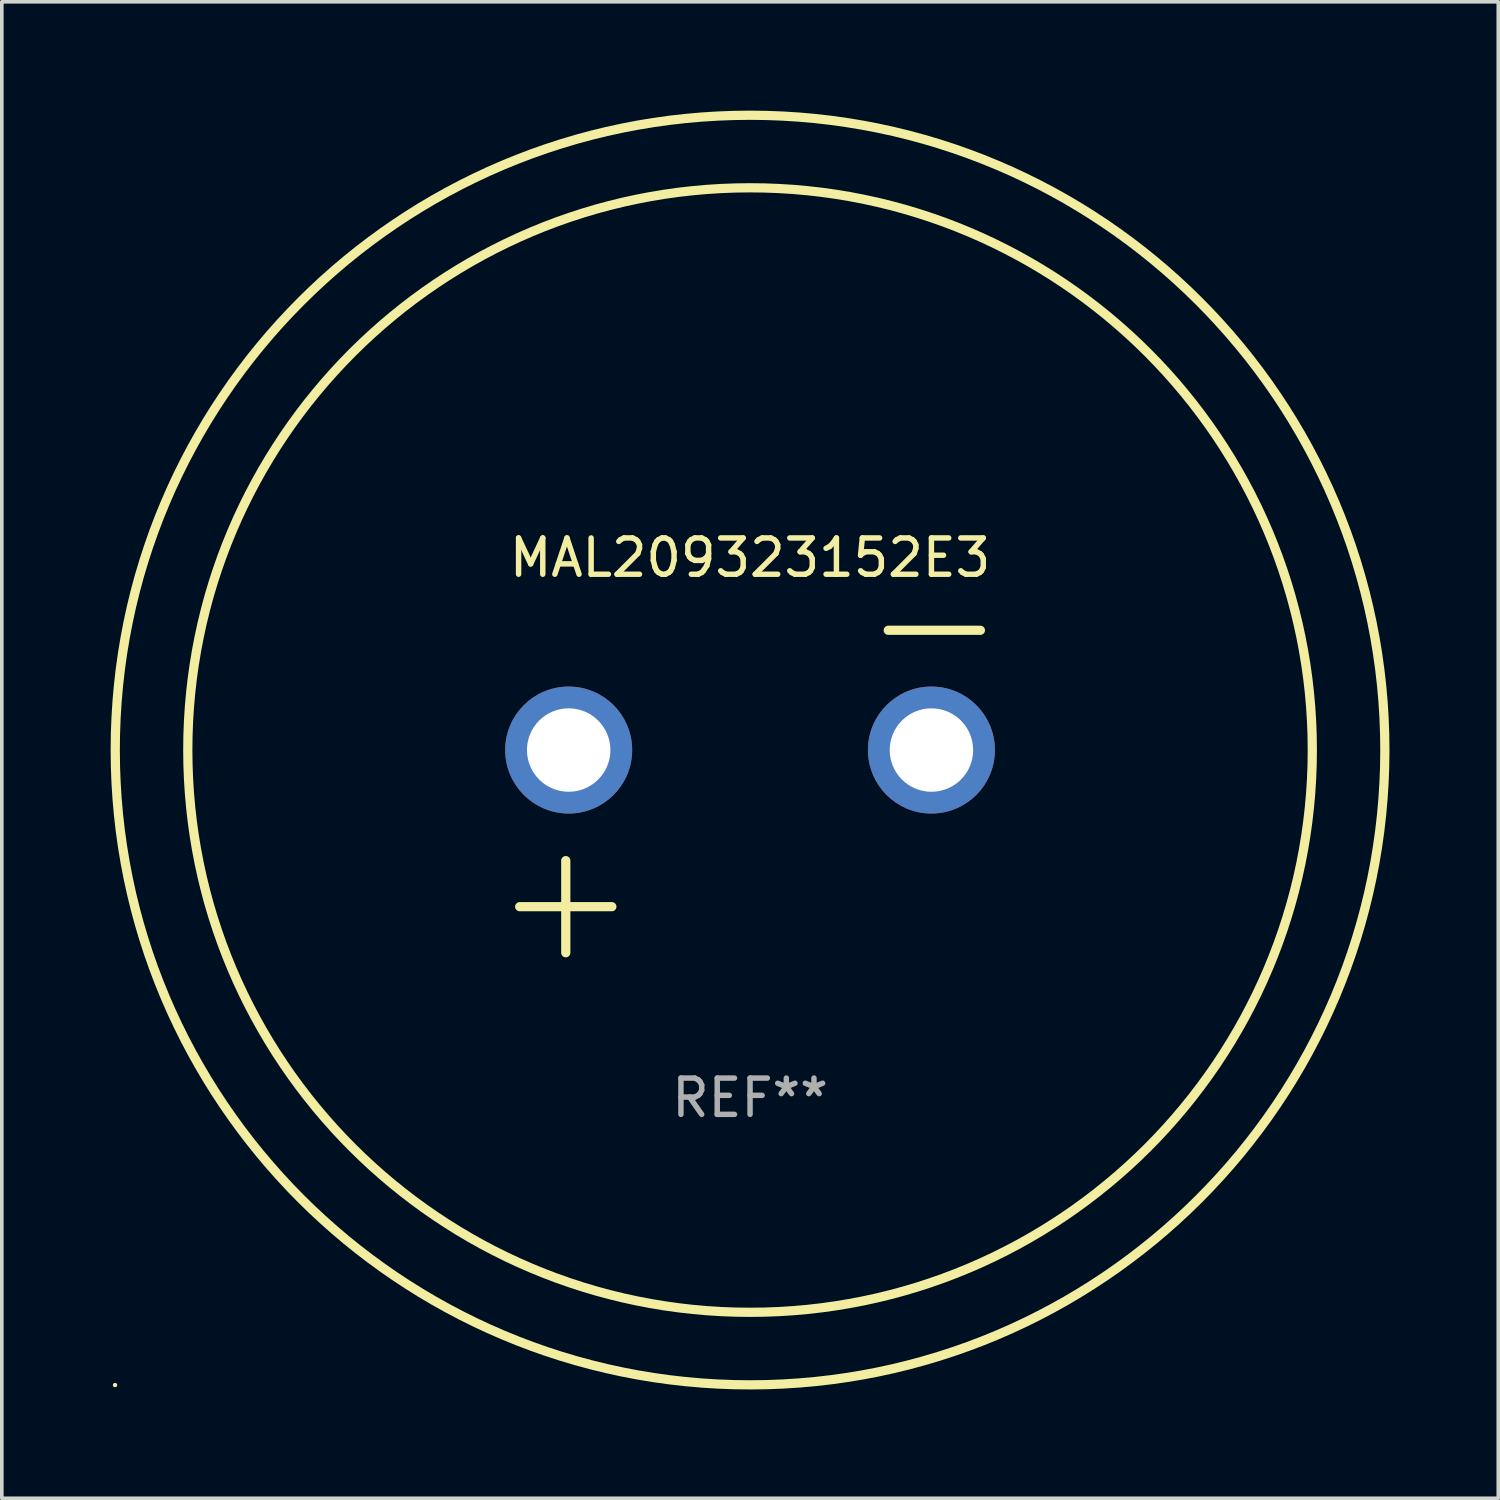
<source format=kicad_pcb>
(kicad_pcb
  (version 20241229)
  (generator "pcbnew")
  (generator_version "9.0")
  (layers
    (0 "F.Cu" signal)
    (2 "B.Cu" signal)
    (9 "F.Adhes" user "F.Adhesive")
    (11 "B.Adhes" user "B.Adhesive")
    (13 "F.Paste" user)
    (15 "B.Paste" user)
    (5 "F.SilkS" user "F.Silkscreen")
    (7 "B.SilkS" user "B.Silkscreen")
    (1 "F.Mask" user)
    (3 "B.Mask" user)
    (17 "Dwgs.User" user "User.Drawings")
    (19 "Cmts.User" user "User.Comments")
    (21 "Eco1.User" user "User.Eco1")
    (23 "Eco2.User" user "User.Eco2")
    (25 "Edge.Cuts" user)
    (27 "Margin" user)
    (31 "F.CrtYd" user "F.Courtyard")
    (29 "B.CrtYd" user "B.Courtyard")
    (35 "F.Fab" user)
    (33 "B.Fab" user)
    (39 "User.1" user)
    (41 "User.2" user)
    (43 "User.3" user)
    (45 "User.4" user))
  (footprint "MAL209323152E3"
    (layer "F.Cu")
    (at 17.627 18.77)
    (property "Reference" "MAL209323152E3" (at 0 -6.445 0) (layer "F.SilkS") (effects (font (size 1 1) (thickness 0.15))))
    (attr through_hole)
    (fp_line (start -6.35 3.175) (end -3.81 3.175) (stroke (width 0.254) (type solid)) (layer "F.SilkS"))
    (fp_line (start -5.08 1.905) (end -5.08 4.445) (stroke (width 0.254) (type solid)) (layer "F.SilkS"))
    (fp_line (start 3.81 -4.445) (end 6.35 -4.445) (stroke (width 0.254) (type solid)) (layer "F.SilkS"))
    (fp_circle (center -17.505 16.362) (end -17.475 16.362) (stroke (width 0.06) (type solid)) (fill no) (layer "F.SilkS"))
    (fp_circle (center 0 -1.143) (end 15.5 -1.143) (stroke (width 0.254) (type solid)) (fill no) (layer "F.SilkS"))
    (fp_circle (center 0 -1.143) (end 17.5 -1.143) (stroke (width 0.254) (type solid)) (fill no) (layer "F.SilkS"))
    (fp_text user "REF**" (at 0 8.445 0) (layer "F.Fab") (effects (font (size 1 1) (thickness 0.15))))
    (pad "1" thru_hole circle (at -5 -1.143) (size 3.5 3.5) (drill 2.3) (layers "*.Cu" "*.Mask"))
    (pad "2" thru_hole circle (at 5 -1.143) (size 3.5 3.5) (drill 2.3) (layers "*.Cu" "*.Mask")))
  (gr_rect
    (start -3 -3)
    (end 38.254 38.254)
    (stroke (width 0.1) (type default))
    (fill no)
    (layer "Edge.Cuts")))
</source>
